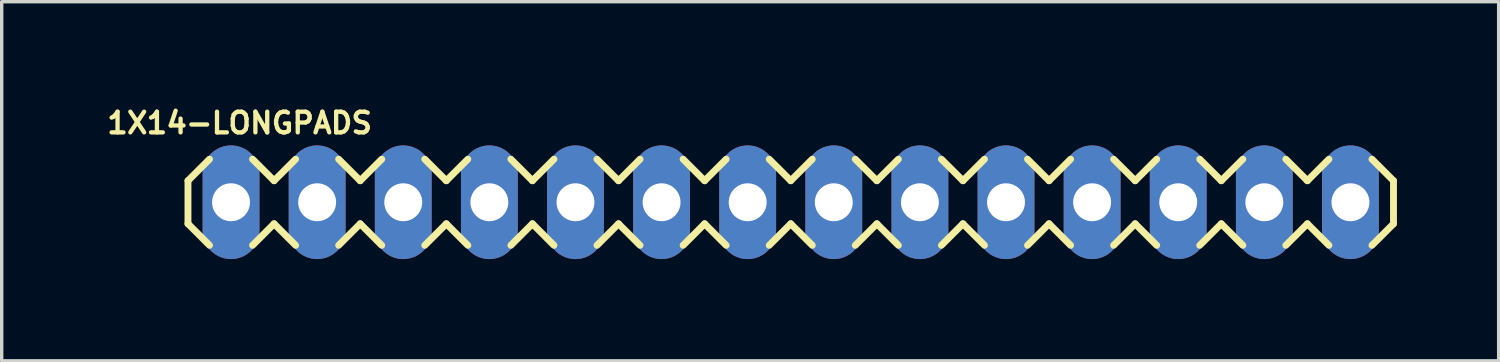
<source format=kicad_pcb>
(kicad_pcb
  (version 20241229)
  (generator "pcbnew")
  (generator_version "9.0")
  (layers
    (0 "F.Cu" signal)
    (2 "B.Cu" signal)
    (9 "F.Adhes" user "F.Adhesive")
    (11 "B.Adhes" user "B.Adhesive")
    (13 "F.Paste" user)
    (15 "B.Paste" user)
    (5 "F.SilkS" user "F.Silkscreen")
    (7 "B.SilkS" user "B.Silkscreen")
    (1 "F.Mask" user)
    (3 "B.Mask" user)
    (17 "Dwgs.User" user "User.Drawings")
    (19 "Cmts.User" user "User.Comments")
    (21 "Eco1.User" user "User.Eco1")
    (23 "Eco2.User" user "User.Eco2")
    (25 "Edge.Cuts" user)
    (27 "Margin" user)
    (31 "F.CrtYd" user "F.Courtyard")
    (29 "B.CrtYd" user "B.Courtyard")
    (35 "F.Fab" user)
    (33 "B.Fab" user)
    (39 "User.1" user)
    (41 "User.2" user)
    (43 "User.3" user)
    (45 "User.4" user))
  (footprint "1X14-LONGPADS"
    (layer "F.Cu")
    (at 3.765 2.916)
    (property "Reference" "1X14-LONGPADS" (at 0.254 -2.337 0) (layer "F.SilkS") (effects (font (size 0.61 0.61) (thickness 0.127))))
    (attr exclude_from_pos_files exclude_from_bom)
    (fp_line (start -1.27 -0.635) (end -1.27 0.635) (stroke (width 0.203) (type solid)) (layer "F.SilkS"))
    (fp_line (start -1.27 0.635) (end -0.635 1.27) (stroke (width 0.203) (type solid)) (layer "F.SilkS"))
    (fp_line (start -0.635 -1.27) (end -1.27 -0.635) (stroke (width 0.203) (type solid)) (layer "F.SilkS"))
    (fp_line (start 0.635 -1.27) (end 1.27 -0.635) (stroke (width 0.203) (type solid)) (layer "F.SilkS"))
    (fp_line (start 1.27 -0.635) (end 1.905 -1.27) (stroke (width 0.203) (type solid)) (layer "F.SilkS"))
    (fp_line (start 1.27 0.635) (end 0.635 1.27) (stroke (width 0.203) (type solid)) (layer "F.SilkS"))
    (fp_line (start 1.905 1.27) (end 1.27 0.635) (stroke (width 0.203) (type solid)) (layer "F.SilkS"))
    (fp_line (start 3.175 -1.27) (end 3.81 -0.635) (stroke (width 0.203) (type solid)) (layer "F.SilkS"))
    (fp_line (start 3.81 -0.635) (end 4.445 -1.27) (stroke (width 0.203) (type solid)) (layer "F.SilkS"))
    (fp_line (start 3.81 0.635) (end 3.175 1.27) (stroke (width 0.203) (type solid)) (layer "F.SilkS"))
    (fp_line (start 4.445 1.27) (end 3.81 0.635) (stroke (width 0.203) (type solid)) (layer "F.SilkS"))
    (fp_line (start 5.715 -1.27) (end 6.35 -0.635) (stroke (width 0.203) (type solid)) (layer "F.SilkS"))
    (fp_line (start 6.35 0.635) (end 5.715 1.27) (stroke (width 0.203) (type solid)) (layer "F.SilkS"))
    (fp_line (start 6.35 0.635) (end 6.985 1.27) (stroke (width 0.203) (type solid)) (layer "F.SilkS"))
    (fp_line (start 6.985 -1.27) (end 6.35 -0.635) (stroke (width 0.203) (type solid)) (layer "F.SilkS"))
    (fp_line (start 8.255 -1.27) (end 8.89 -0.635) (stroke (width 0.203) (type solid)) (layer "F.SilkS"))
    (fp_line (start 8.89 -0.635) (end 9.525 -1.27) (stroke (width 0.203) (type solid)) (layer "F.SilkS"))
    (fp_line (start 8.89 0.635) (end 8.255 1.27) (stroke (width 0.203) (type solid)) (layer "F.SilkS"))
    (fp_line (start 9.525 1.27) (end 8.89 0.635) (stroke (width 0.203) (type solid)) (layer "F.SilkS"))
    (fp_line (start 10.795 -1.27) (end 11.43 -0.635) (stroke (width 0.203) (type solid)) (layer "F.SilkS"))
    (fp_line (start 11.43 -0.635) (end 12.065 -1.27) (stroke (width 0.203) (type solid)) (layer "F.SilkS"))
    (fp_line (start 11.43 0.635) (end 10.795 1.27) (stroke (width 0.203) (type solid)) (layer "F.SilkS"))
    (fp_line (start 12.065 1.27) (end 11.43 0.635) (stroke (width 0.203) (type solid)) (layer "F.SilkS"))
    (fp_line (start 13.335 -1.27) (end 13.97 -0.635) (stroke (width 0.203) (type solid)) (layer "F.SilkS"))
    (fp_line (start 13.97 0.635) (end 13.335 1.27) (stroke (width 0.203) (type solid)) (layer "F.SilkS"))
    (fp_line (start 13.97 0.635) (end 14.605 1.27) (stroke (width 0.203) (type solid)) (layer "F.SilkS"))
    (fp_line (start 14.605 -1.27) (end 13.97 -0.635) (stroke (width 0.203) (type solid)) (layer "F.SilkS"))
    (fp_line (start 15.875 -1.27) (end 16.51 -0.635) (stroke (width 0.203) (type solid)) (layer "F.SilkS"))
    (fp_line (start 16.51 0.635) (end 15.875 1.27) (stroke (width 0.203) (type solid)) (layer "F.SilkS"))
    (fp_line (start 16.51 0.635) (end 17.145 1.27) (stroke (width 0.203) (type solid)) (layer "F.SilkS"))
    (fp_line (start 17.145 -1.27) (end 16.51 -0.635) (stroke (width 0.203) (type solid)) (layer "F.SilkS"))
    (fp_line (start 18.415 -1.27) (end 19.05 -0.635) (stroke (width 0.203) (type solid)) (layer "F.SilkS"))
    (fp_line (start 19.05 -0.635) (end 19.685 -1.27) (stroke (width 0.203) (type solid)) (layer "F.SilkS"))
    (fp_line (start 19.05 0.635) (end 18.415 1.27) (stroke (width 0.203) (type solid)) (layer "F.SilkS"))
    (fp_line (start 19.685 1.27) (end 19.05 0.635) (stroke (width 0.203) (type solid)) (layer "F.SilkS"))
    (fp_line (start 20.955 -1.27) (end 21.59 -0.635) (stroke (width 0.203) (type solid)) (layer "F.SilkS"))
    (fp_line (start 21.59 -0.635) (end 22.225 -1.27) (stroke (width 0.203) (type solid)) (layer "F.SilkS"))
    (fp_line (start 21.59 0.635) (end 20.955 1.27) (stroke (width 0.203) (type solid)) (layer "F.SilkS"))
    (fp_line (start 22.225 1.27) (end 21.59 0.635) (stroke (width 0.203) (type solid)) (layer "F.SilkS"))
    (fp_line (start 23.495 -1.27) (end 24.13 -0.635) (stroke (width 0.203) (type solid)) (layer "F.SilkS"))
    (fp_line (start 24.13 0.635) (end 23.495 1.27) (stroke (width 0.203) (type solid)) (layer "F.SilkS"))
    (fp_line (start 24.13 0.635) (end 24.765 1.27) (stroke (width 0.203) (type solid)) (layer "F.SilkS"))
    (fp_line (start 24.765 -1.27) (end 24.13 -0.635) (stroke (width 0.203) (type solid)) (layer "F.SilkS"))
    (fp_line (start 26.035 -1.27) (end 26.67 -0.635) (stroke (width 0.203) (type solid)) (layer "F.SilkS"))
    (fp_line (start 26.67 -0.635) (end 27.305 -1.27) (stroke (width 0.203) (type solid)) (layer "F.SilkS"))
    (fp_line (start 26.67 0.635) (end 26.035 1.27) (stroke (width 0.203) (type solid)) (layer "F.SilkS"))
    (fp_line (start 27.305 1.27) (end 26.67 0.635) (stroke (width 0.203) (type solid)) (layer "F.SilkS"))
    (fp_line (start 28.575 -1.27) (end 29.21 -0.635) (stroke (width 0.203) (type solid)) (layer "F.SilkS"))
    (fp_line (start 29.21 -0.635) (end 29.845 -1.27) (stroke (width 0.203) (type solid)) (layer "F.SilkS"))
    (fp_line (start 29.21 0.635) (end 28.575 1.27) (stroke (width 0.203) (type solid)) (layer "F.SilkS"))
    (fp_line (start 29.845 1.27) (end 29.21 0.635) (stroke (width 0.203) (type solid)) (layer "F.SilkS"))
    (fp_line (start 31.115 -1.27) (end 31.75 -0.635) (stroke (width 0.203) (type solid)) (layer "F.SilkS"))
    (fp_line (start 31.75 0.635) (end 31.115 1.27) (stroke (width 0.203) (type solid)) (layer "F.SilkS"))
    (fp_line (start 31.75 0.635) (end 32.385 1.27) (stroke (width 0.203) (type solid)) (layer "F.SilkS"))
    (fp_line (start 32.385 -1.27) (end 31.75 -0.635) (stroke (width 0.203) (type solid)) (layer "F.SilkS"))
    (fp_line (start 33.655 -1.27) (end 34.29 -0.635) (stroke (width 0.203) (type solid)) (layer "F.SilkS"))
    (fp_line (start 34.29 -0.635) (end 34.29 0.635) (stroke (width 0.203) (type solid)) (layer "F.SilkS"))
    (fp_line (start 34.29 0.635) (end 33.655 1.27) (stroke (width 0.203) (type solid)) (layer "F.SilkS"))
    (fp_line (start -0.254 -0.254) (end 0.254 -0.254) (stroke (width 0.066) (type solid)) (layer "Dwgs.User"))
    (fp_line (start -0.254 0.254) (end -0.254 -0.254) (stroke (width 0.066) (type solid)) (layer "Dwgs.User"))
    (fp_line (start -0.254 0.254) (end 0.254 0.254) (stroke (width 0.066) (type solid)) (layer "Dwgs.User"))
    (fp_line (start 0.254 0.254) (end 0.254 -0.254) (stroke (width 0.066) (type solid)) (layer "Dwgs.User"))
    (fp_line (start 2.286 -0.254) (end 2.794 -0.254) (stroke (width 0.066) (type solid)) (layer "Dwgs.User"))
    (fp_line (start 2.286 0.254) (end 2.286 -0.254) (stroke (width 0.066) (type solid)) (layer "Dwgs.User"))
    (fp_line (start 2.286 0.254) (end 2.794 0.254) (stroke (width 0.066) (type solid)) (layer "Dwgs.User"))
    (fp_line (start 2.794 0.254) (end 2.794 -0.254) (stroke (width 0.066) (type solid)) (layer "Dwgs.User"))
    (fp_line (start 4.826 -0.254) (end 5.334 -0.254) (stroke (width 0.066) (type solid)) (layer "Dwgs.User"))
    (fp_line (start 4.826 0.254) (end 4.826 -0.254) (stroke (width 0.066) (type solid)) (layer "Dwgs.User"))
    (fp_line (start 4.826 0.254) (end 5.334 0.254) (stroke (width 0.066) (type solid)) (layer "Dwgs.User"))
    (fp_line (start 5.334 0.254) (end 5.334 -0.254) (stroke (width 0.066) (type solid)) (layer "Dwgs.User"))
    (fp_line (start 7.366 -0.254) (end 7.874 -0.254) (stroke (width 0.066) (type solid)) (layer "Dwgs.User"))
    (fp_line (start 7.366 0.254) (end 7.366 -0.254) (stroke (width 0.066) (type solid)) (layer "Dwgs.User"))
    (fp_line (start 7.366 0.254) (end 7.874 0.254) (stroke (width 0.066) (type solid)) (layer "Dwgs.User"))
    (fp_line (start 7.874 0.254) (end 7.874 -0.254) (stroke (width 0.066) (type solid)) (layer "Dwgs.User"))
    (fp_line (start 9.906 -0.254) (end 10.414 -0.254) (stroke (width 0.066) (type solid)) (layer "Dwgs.User"))
    (fp_line (start 9.906 0.254) (end 9.906 -0.254) (stroke (width 0.066) (type solid)) (layer "Dwgs.User"))
    (fp_line (start 9.906 0.254) (end 10.414 0.254) (stroke (width 0.066) (type solid)) (layer "Dwgs.User"))
    (fp_line (start 10.414 0.254) (end 10.414 -0.254) (stroke (width 0.066) (type solid)) (layer "Dwgs.User"))
    (fp_line (start 12.446 -0.254) (end 12.954 -0.254) (stroke (width 0.066) (type solid)) (layer "Dwgs.User"))
    (fp_line (start 12.446 0.254) (end 12.446 -0.254) (stroke (width 0.066) (type solid)) (layer "Dwgs.User"))
    (fp_line (start 12.446 0.254) (end 12.954 0.254) (stroke (width 0.066) (type solid)) (layer "Dwgs.User"))
    (fp_line (start 12.954 0.254) (end 12.954 -0.254) (stroke (width 0.066) (type solid)) (layer "Dwgs.User"))
    (fp_line (start 14.986 -0.254) (end 15.494 -0.254) (stroke (width 0.066) (type solid)) (layer "Dwgs.User"))
    (fp_line (start 14.986 0.254) (end 14.986 -0.254) (stroke (width 0.066) (type solid)) (layer "Dwgs.User"))
    (fp_line (start 14.986 0.254) (end 15.494 0.254) (stroke (width 0.066) (type solid)) (layer "Dwgs.User"))
    (fp_line (start 15.494 0.254) (end 15.494 -0.254) (stroke (width 0.066) (type solid)) (layer "Dwgs.User"))
    (fp_line (start 17.523 -0.254) (end 18.034 -0.254) (stroke (width 0.066) (type solid)) (layer "Dwgs.User"))
    (fp_line (start 17.523 0.254) (end 17.523 -0.254) (stroke (width 0.066) (type solid)) (layer "Dwgs.User"))
    (fp_line (start 17.523 0.254) (end 18.034 0.254) (stroke (width 0.066) (type solid)) (layer "Dwgs.User"))
    (fp_line (start 18.034 0.254) (end 18.034 -0.254) (stroke (width 0.066) (type solid)) (layer "Dwgs.User"))
    (fp_line (start 20.066 -0.254) (end 20.574 -0.254) (stroke (width 0.066) (type solid)) (layer "Dwgs.User"))
    (fp_line (start 20.066 0.254) (end 20.066 -0.254) (stroke (width 0.066) (type solid)) (layer "Dwgs.User"))
    (fp_line (start 20.066 0.254) (end 20.574 0.254) (stroke (width 0.066) (type solid)) (layer "Dwgs.User"))
    (fp_line (start 20.574 0.254) (end 20.574 -0.254) (stroke (width 0.066) (type solid)) (layer "Dwgs.User"))
    (fp_line (start 22.606 -0.254) (end 23.114 -0.254) (stroke (width 0.066) (type solid)) (layer "Dwgs.User"))
    (fp_line (start 22.606 0.254) (end 22.606 -0.254) (stroke (width 0.066) (type solid)) (layer "Dwgs.User"))
    (fp_line (start 22.606 0.254) (end 23.114 0.254) (stroke (width 0.066) (type solid)) (layer "Dwgs.User"))
    (fp_line (start 23.114 0.254) (end 23.114 -0.254) (stroke (width 0.066) (type solid)) (layer "Dwgs.User"))
    (fp_line (start 25.146 -0.254) (end 25.654 -0.254) (stroke (width 0.066) (type solid)) (layer "Dwgs.User"))
    (fp_line (start 25.146 0.254) (end 25.146 -0.254) (stroke (width 0.066) (type solid)) (layer "Dwgs.User"))
    (fp_line (start 25.146 0.254) (end 25.654 0.254) (stroke (width 0.066) (type solid)) (layer "Dwgs.User"))
    (fp_line (start 25.654 0.254) (end 25.654 -0.254) (stroke (width 0.066) (type solid)) (layer "Dwgs.User"))
    (fp_line (start 27.686 -0.254) (end 28.194 -0.254) (stroke (width 0.066) (type solid)) (layer "Dwgs.User"))
    (fp_line (start 27.686 0.254) (end 27.686 -0.254) (stroke (width 0.066) (type solid)) (layer "Dwgs.User"))
    (fp_line (start 27.686 0.254) (end 28.194 0.254) (stroke (width 0.066) (type solid)) (layer "Dwgs.User"))
    (fp_line (start 28.194 0.254) (end 28.194 -0.254) (stroke (width 0.066) (type solid)) (layer "Dwgs.User"))
    (fp_line (start 30.226 -0.254) (end 30.734 -0.254) (stroke (width 0.066) (type solid)) (layer "Dwgs.User"))
    (fp_line (start 30.226 0.254) (end 30.226 -0.254) (stroke (width 0.066) (type solid)) (layer "Dwgs.User"))
    (fp_line (start 30.226 0.254) (end 30.734 0.254) (stroke (width 0.066) (type solid)) (layer "Dwgs.User"))
    (fp_line (start 30.734 0.254) (end 30.734 -0.254) (stroke (width 0.066) (type solid)) (layer "Dwgs.User"))
    (fp_line (start 32.766 -0.254) (end 33.274 -0.254) (stroke (width 0.066) (type solid)) (layer "Dwgs.User"))
    (fp_line (start 32.766 0.254) (end 32.766 -0.254) (stroke (width 0.066) (type solid)) (layer "Dwgs.User"))
    (fp_line (start 32.766 0.254) (end 33.274 0.254) (stroke (width 0.066) (type solid)) (layer "Dwgs.User"))
    (fp_line (start 33.274 0.254) (end 33.274 -0.254) (stroke (width 0.066) (type solid)) (layer "Dwgs.User"))
    (pad "1" thru_hole oval (at 0 0 180) (size 1.676 3.353) (drill 1.118) (layers "*.Cu" "*.Paste" "*.Mask"))
    (pad "2" thru_hole oval (at 2.54 0 180) (size 1.676 3.353) (drill 1.118) (layers "*.Cu" "*.Paste" "*.Mask"))
    (pad "3" thru_hole oval (at 5.08 0 180) (size 1.676 3.353) (drill 1.118) (layers "*.Cu" "*.Paste" "*.Mask"))
    (pad "4" thru_hole oval (at 7.62 0 180) (size 1.676 3.353) (drill 1.118) (layers "*.Cu" "*.Paste" "*.Mask"))
    (pad "5" thru_hole oval (at 10.16 0 180) (size 1.676 3.353) (drill 1.118) (layers "*.Cu" "*.Paste" "*.Mask"))
    (pad "6" thru_hole oval (at 12.7 0 180) (size 1.676 3.353) (drill 1.118) (layers "*.Cu" "*.Paste" "*.Mask"))
    (pad "7" thru_hole oval (at 15.24 0 180) (size 1.676 3.353) (drill 1.118) (layers "*.Cu" "*.Paste" "*.Mask"))
    (pad "8" thru_hole oval (at 17.78 0 180) (size 1.676 3.353) (drill 1.118) (layers "*.Cu" "*.Paste" "*.Mask"))
    (pad "9" thru_hole oval (at 20.32 0 180) (size 1.676 3.353) (drill 1.118) (layers "*.Cu" "*.Paste" "*.Mask"))
    (pad "10" thru_hole oval (at 22.86 0 180) (size 1.676 3.353) (drill 1.118) (layers "*.Cu" "*.Paste" "*.Mask"))
    (pad "11" thru_hole oval (at 25.4 0 180) (size 1.676 3.353) (drill 1.118) (layers "*.Cu" "*.Paste" "*.Mask"))
    (pad "12" thru_hole oval (at 27.94 0 180) (size 1.676 3.353) (drill 1.118) (layers "*.Cu" "*.Paste" "*.Mask"))
    (pad "13" thru_hole oval (at 30.48 0 180) (size 1.676 3.353) (drill 1.118) (layers "*.Cu" "*.Paste" "*.Mask"))
    (pad "14" thru_hole oval (at 33.02 0 180) (size 1.676 3.353) (drill 1.118) (layers "*.Cu" "*.Paste" "*.Mask")))
  (gr_rect
    (start -3 -3)
    (end 41.157 7.593)
    (stroke (width 0.1) (type default))
    (fill no)
    (layer "Edge.Cuts")))
</source>
